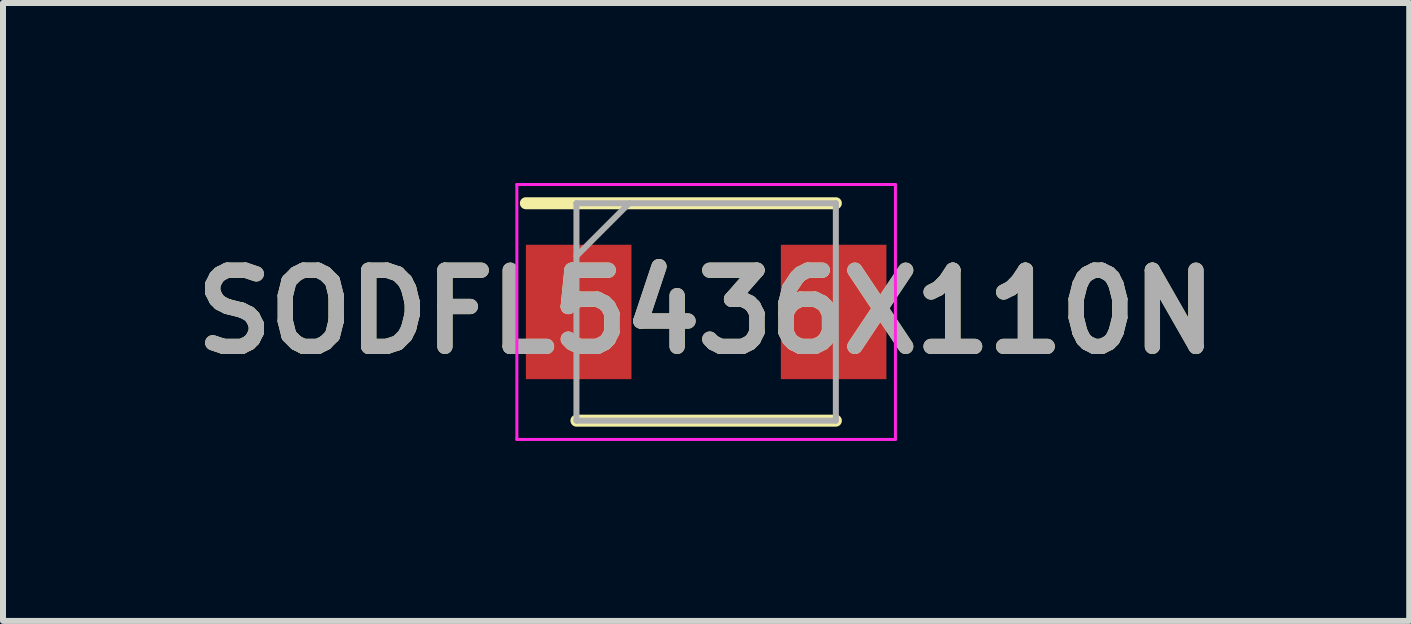
<source format=kicad_pcb>
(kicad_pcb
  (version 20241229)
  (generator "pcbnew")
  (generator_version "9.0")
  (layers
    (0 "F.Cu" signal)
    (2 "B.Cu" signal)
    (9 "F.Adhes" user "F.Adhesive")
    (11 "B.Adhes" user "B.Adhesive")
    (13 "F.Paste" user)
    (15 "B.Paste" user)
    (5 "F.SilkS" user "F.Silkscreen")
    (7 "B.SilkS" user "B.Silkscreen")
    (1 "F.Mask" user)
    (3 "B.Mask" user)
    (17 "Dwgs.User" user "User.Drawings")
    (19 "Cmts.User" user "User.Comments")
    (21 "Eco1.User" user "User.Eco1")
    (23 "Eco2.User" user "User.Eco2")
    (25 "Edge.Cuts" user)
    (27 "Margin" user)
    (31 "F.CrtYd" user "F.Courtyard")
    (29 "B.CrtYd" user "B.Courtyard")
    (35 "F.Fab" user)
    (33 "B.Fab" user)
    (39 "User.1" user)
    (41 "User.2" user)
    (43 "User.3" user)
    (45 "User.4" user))
  (footprint "SODFL5436X110N"
    (layer "F.Cu")
    (at 8.721 2.15)
    (property "Reference" "SODFL5436X110N" (at 0 0 0) (layer "F.SilkS") (effects (font (size 1.27 1.27) (thickness 0.254))))
    (attr smd)
    (fp_line (start -3.005 -1.812) (end 2.162 -1.812) (stroke (width 0.2) (type solid)) (layer "F.SilkS"))
    (fp_line (start -2.162 1.812) (end 2.162 1.812) (stroke (width 0.2) (type solid)) (layer "F.SilkS"))
    (fp_line (start -3.155 -2.125) (end 3.155 -2.125) (stroke (width 0.05) (type solid)) (layer "F.CrtYd"))
    (fp_line (start -3.155 2.125) (end -3.155 -2.125) (stroke (width 0.05) (type solid)) (layer "F.CrtYd"))
    (fp_line (start 3.155 -2.125) (end 3.155 2.125) (stroke (width 0.05) (type solid)) (layer "F.CrtYd"))
    (fp_line (start 3.155 2.125) (end -3.155 2.125) (stroke (width 0.05) (type solid)) (layer "F.CrtYd"))
    (fp_line (start -2.162 -1.812) (end 2.162 -1.812) (stroke (width 0.1) (type solid)) (layer "F.Fab"))
    (fp_line (start -2.162 -0.932) (end -1.282 -1.812) (stroke (width 0.1) (type solid)) (layer "F.Fab"))
    (fp_line (start -2.162 1.812) (end -2.162 -1.812) (stroke (width 0.1) (type solid)) (layer "F.Fab"))
    (fp_line (start 2.162 -1.812) (end 2.162 1.812) (stroke (width 0.1) (type solid)) (layer "F.Fab"))
    (fp_line (start 2.162 1.812) (end -2.162 1.812) (stroke (width 0.1) (type solid)) (layer "F.Fab"))
    (fp_text user "${REFERENCE}" (at 0 0 0) (layer "F.Fab") (effects (font (size 1.27 1.27) (thickness 0.254))))
    (pad "1" smd rect (at -2.125 0) (size 1.76 2.24) (layers "F.Cu" "F.Mask" "F.Paste"))
    (pad "2" smd rect (at 2.125 0) (size 1.76 2.24) (layers "F.Cu" "F.Mask" "F.Paste")))
  (gr_rect
    (start -3 -3)
    (end 20.441 7.3)
    (stroke (width 0.1) (type default))
    (fill no)
    (layer "Edge.Cuts")))
</source>
